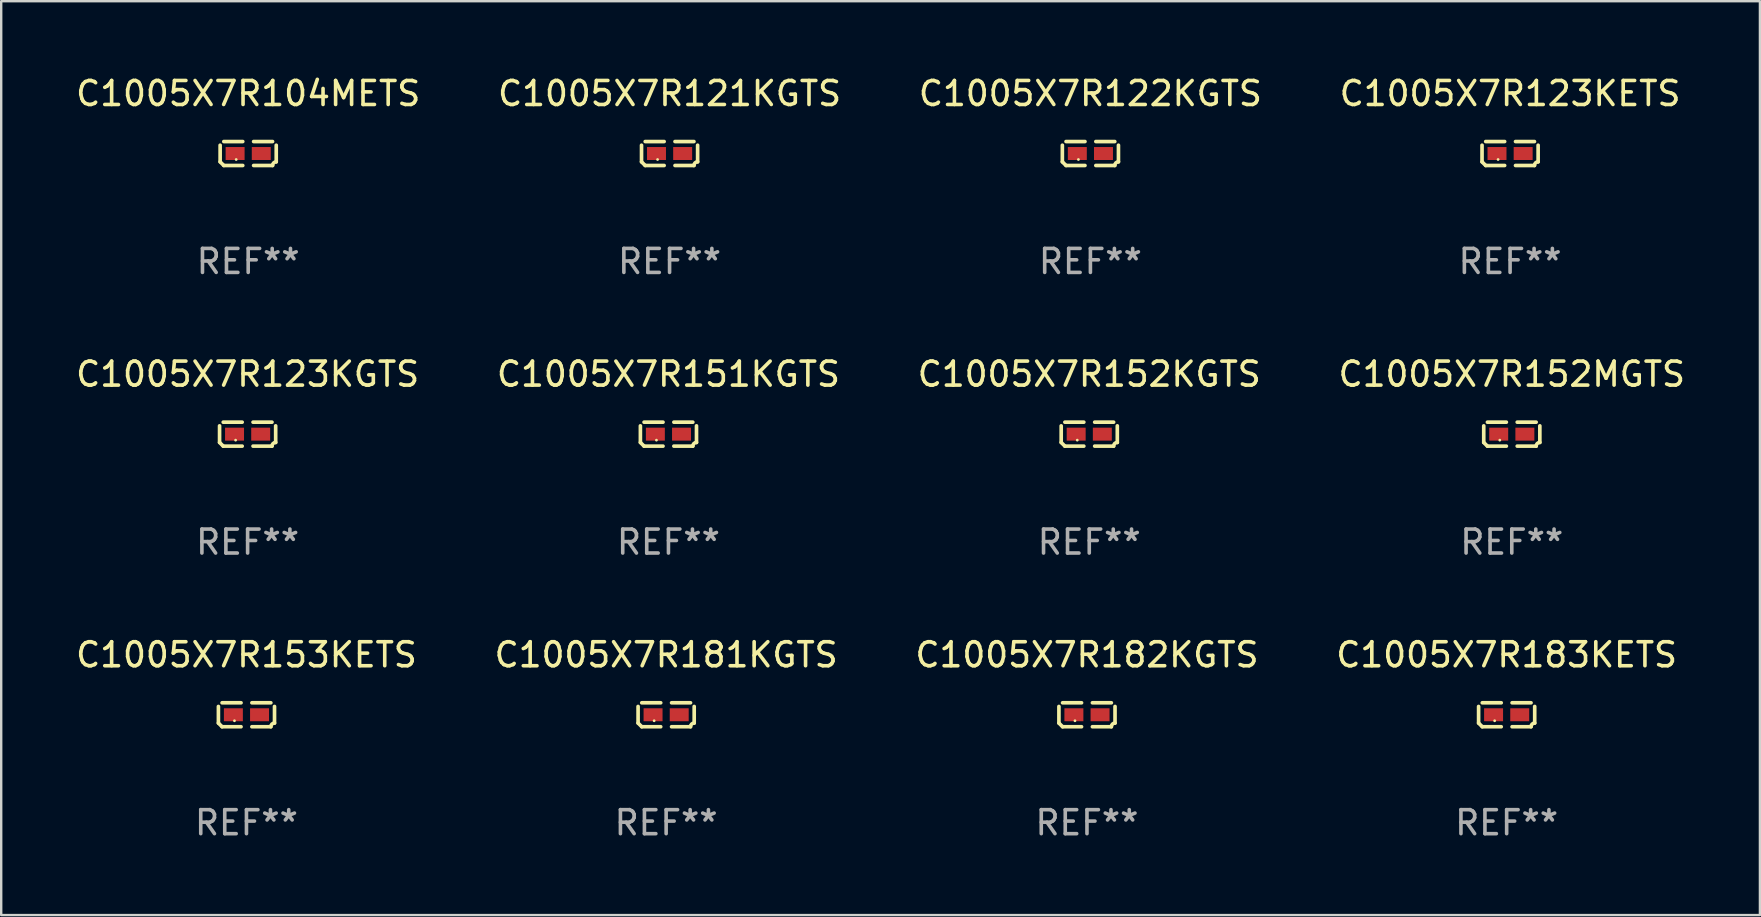
<source format=kicad_pcb>
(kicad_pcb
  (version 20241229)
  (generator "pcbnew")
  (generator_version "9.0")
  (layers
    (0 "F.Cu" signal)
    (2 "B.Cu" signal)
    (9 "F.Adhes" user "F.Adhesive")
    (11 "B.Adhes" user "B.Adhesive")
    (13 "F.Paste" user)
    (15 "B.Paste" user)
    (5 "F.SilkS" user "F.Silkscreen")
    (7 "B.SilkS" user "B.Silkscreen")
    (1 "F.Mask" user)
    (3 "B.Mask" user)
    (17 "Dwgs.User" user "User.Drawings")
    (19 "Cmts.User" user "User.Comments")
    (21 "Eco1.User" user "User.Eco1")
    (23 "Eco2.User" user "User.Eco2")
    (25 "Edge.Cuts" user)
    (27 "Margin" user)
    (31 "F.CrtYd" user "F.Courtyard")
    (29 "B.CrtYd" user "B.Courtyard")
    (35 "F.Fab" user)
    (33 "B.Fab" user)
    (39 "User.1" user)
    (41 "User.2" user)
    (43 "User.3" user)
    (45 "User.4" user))
  (footprint "C1005X7R122KGTS"
    (layer "F.Cu")
    (at 42.387 3.347)
    (property "Reference" "C1005X7R122KGTS" (at 0 -2.499 0) (layer "F.SilkS") (effects (font (size 1 1) (thickness 0.15))))
    (attr through_hole)
    (fp_line (start -1.169 0.346) (end -1.169 -0.346) (stroke (width 0.152) (type solid)) (layer "F.SilkS"))
    (fp_line (start -1.016 -0.499) (end -0.226 -0.499) (stroke (width 0.152) (type solid)) (layer "F.SilkS"))
    (fp_line (start -0.226 0.499) (end -1.016 0.499) (stroke (width 0.152) (type solid)) (layer "F.SilkS"))
    (fp_line (start 0.226 0.499) (end 1.016 0.499) (stroke (width 0.152) (type solid)) (layer "F.SilkS"))
    (fp_line (start 1.016 -0.499) (end 0.226 -0.499) (stroke (width 0.152) (type solid)) (layer "F.SilkS"))
    (fp_line (start 1.169 0.346) (end 1.169 -0.346) (stroke (width 0.152) (type solid)) (layer "F.SilkS"))
    (fp_arc (start -1.016307 0.498603) (mid -1.092512 0.422405) (end -1.16871 0.3462) (stroke (width 0.1524) (type solid)) (layer "F.SilkS"))
    (fp_arc (start 1.016307 0.498603) (mid 1.060899 0.390758) (end 1.168707 0.346076) (stroke (width 0.1524) (type solid)) (layer "F.SilkS"))
    (fp_circle (center -0.5 0.25) (end -0.47 0.25) (stroke (width 0.06) (type solid)) (fill no) (layer "F.SilkS"))
    (fp_text user "REF**" (at 0 4.499 0) (layer "F.Fab") (effects (font (size 1 1) (thickness 0.15))))
    (pad "1" smd rect (at -0.545 0) (size 0.79 0.54) (layers "F.Cu" "F.Mask" "F.Paste"))
    (pad "2" smd rect (at 0.545 0) (size 0.79 0.54) (layers "F.Cu" "F.Mask" "F.Paste")))
  (footprint "C1005X7R181KGTS"
    (layer "F.Cu")
    (at 24.708 26.734)
    (property "Reference" "C1005X7R181KGTS" (at 0 -2.499 0) (layer "F.SilkS") (effects (font (size 1 1) (thickness 0.15))))
    (attr through_hole)
    (fp_line (start -1.169 0.346) (end -1.169 -0.346) (stroke (width 0.152) (type solid)) (layer "F.SilkS"))
    (fp_line (start -1.016 -0.499) (end -0.226 -0.499) (stroke (width 0.152) (type solid)) (layer "F.SilkS"))
    (fp_line (start -0.226 0.499) (end -1.016 0.499) (stroke (width 0.152) (type solid)) (layer "F.SilkS"))
    (fp_line (start 0.226 0.499) (end 1.016 0.499) (stroke (width 0.152) (type solid)) (layer "F.SilkS"))
    (fp_line (start 1.016 -0.499) (end 0.226 -0.499) (stroke (width 0.152) (type solid)) (layer "F.SilkS"))
    (fp_line (start 1.169 0.346) (end 1.169 -0.346) (stroke (width 0.152) (type solid)) (layer "F.SilkS"))
    (fp_arc (start -1.016307 0.498603) (mid -1.092512 0.422405) (end -1.16871 0.3462) (stroke (width 0.1524) (type solid)) (layer "F.SilkS"))
    (fp_arc (start 1.016307 0.498603) (mid 1.060899 0.390758) (end 1.168707 0.346076) (stroke (width 0.1524) (type solid)) (layer "F.SilkS"))
    (fp_circle (center -0.5 0.25) (end -0.47 0.25) (stroke (width 0.06) (type solid)) (fill no) (layer "F.SilkS"))
    (fp_text user "REF**" (at 0 4.499 0) (layer "F.Fab") (effects (font (size 1 1) (thickness 0.15))))
    (pad "1" smd rect (at -0.545 0) (size 0.79 0.54) (layers "F.Cu" "F.Mask" "F.Paste"))
    (pad "2" smd rect (at 0.545 0) (size 0.79 0.54) (layers "F.Cu" "F.Mask" "F.Paste")))
  (footprint "C1005X7R183KETS"
    (layer "F.Cu")
    (at 59.732 26.734)
    (property "Reference" "C1005X7R183KETS" (at 0 -2.499 0) (layer "F.SilkS") (effects (font (size 1 1) (thickness 0.15))))
    (attr through_hole)
    (fp_line (start -1.169 0.346) (end -1.169 -0.346) (stroke (width 0.152) (type solid)) (layer "F.SilkS"))
    (fp_line (start -1.016 -0.499) (end -0.226 -0.499) (stroke (width 0.152) (type solid)) (layer "F.SilkS"))
    (fp_line (start -0.226 0.499) (end -1.016 0.499) (stroke (width 0.152) (type solid)) (layer "F.SilkS"))
    (fp_line (start 0.226 0.499) (end 1.016 0.499) (stroke (width 0.152) (type solid)) (layer "F.SilkS"))
    (fp_line (start 1.016 -0.499) (end 0.226 -0.499) (stroke (width 0.152) (type solid)) (layer "F.SilkS"))
    (fp_line (start 1.169 0.346) (end 1.169 -0.346) (stroke (width 0.152) (type solid)) (layer "F.SilkS"))
    (fp_arc (start -1.016307 0.498603) (mid -1.092512 0.422405) (end -1.16871 0.3462) (stroke (width 0.1524) (type solid)) (layer "F.SilkS"))
    (fp_arc (start 1.016307 0.498603) (mid 1.060899 0.390758) (end 1.168707 0.346076) (stroke (width 0.1524) (type solid)) (layer "F.SilkS"))
    (fp_circle (center -0.5 0.25) (end -0.47 0.25) (stroke (width 0.06) (type solid)) (fill no) (layer "F.SilkS"))
    (fp_text user "REF**" (at 0 4.499 0) (layer "F.Fab") (effects (font (size 1 1) (thickness 0.15))))
    (pad "1" smd rect (at -0.545 0) (size 0.79 0.54) (layers "F.Cu" "F.Mask" "F.Paste"))
    (pad "2" smd rect (at 0.545 0) (size 0.79 0.54) (layers "F.Cu" "F.Mask" "F.Paste")))
  (footprint "C1005X7R152KGTS"
    (layer "F.Cu")
    (at 42.339 15.041)
    (property "Reference" "C1005X7R152KGTS" (at 0 -2.499 0) (layer "F.SilkS") (effects (font (size 1 1) (thickness 0.15))))
    (attr through_hole)
    (fp_line (start -1.169 0.346) (end -1.169 -0.346) (stroke (width 0.152) (type solid)) (layer "F.SilkS"))
    (fp_line (start -1.016 -0.499) (end -0.226 -0.499) (stroke (width 0.152) (type solid)) (layer "F.SilkS"))
    (fp_line (start -0.226 0.499) (end -1.016 0.499) (stroke (width 0.152) (type solid)) (layer "F.SilkS"))
    (fp_line (start 0.226 0.499) (end 1.016 0.499) (stroke (width 0.152) (type solid)) (layer "F.SilkS"))
    (fp_line (start 1.016 -0.499) (end 0.226 -0.499) (stroke (width 0.152) (type solid)) (layer "F.SilkS"))
    (fp_line (start 1.169 0.346) (end 1.169 -0.346) (stroke (width 0.152) (type solid)) (layer "F.SilkS"))
    (fp_arc (start -1.016307 0.498603) (mid -1.092512 0.422405) (end -1.16871 0.3462) (stroke (width 0.1524) (type solid)) (layer "F.SilkS"))
    (fp_arc (start 1.016307 0.498603) (mid 1.060899 0.390758) (end 1.168707 0.346076) (stroke (width 0.1524) (type solid)) (layer "F.SilkS"))
    (fp_circle (center -0.5 0.25) (end -0.47 0.25) (stroke (width 0.06) (type solid)) (fill no) (layer "F.SilkS"))
    (fp_text user "REF**" (at 0 4.499 0) (layer "F.Fab") (effects (font (size 1 1) (thickness 0.15))))
    (pad "1" smd rect (at -0.545 0) (size 0.79 0.54) (layers "F.Cu" "F.Mask" "F.Paste"))
    (pad "2" smd rect (at 0.545 0) (size 0.79 0.54) (layers "F.Cu" "F.Mask" "F.Paste")))
  (footprint "C1005X7R182KGTS"
    (layer "F.Cu")
    (at 42.244 26.734)
    (property "Reference" "C1005X7R182KGTS" (at 0 -2.499 0) (layer "F.SilkS") (effects (font (size 1 1) (thickness 0.15))))
    (attr through_hole)
    (fp_line (start -1.169 0.346) (end -1.169 -0.346) (stroke (width 0.152) (type solid)) (layer "F.SilkS"))
    (fp_line (start -1.016 -0.499) (end -0.226 -0.499) (stroke (width 0.152) (type solid)) (layer "F.SilkS"))
    (fp_line (start -0.226 0.499) (end -1.016 0.499) (stroke (width 0.152) (type solid)) (layer "F.SilkS"))
    (fp_line (start 0.226 0.499) (end 1.016 0.499) (stroke (width 0.152) (type solid)) (layer "F.SilkS"))
    (fp_line (start 1.016 -0.499) (end 0.226 -0.499) (stroke (width 0.152) (type solid)) (layer "F.SilkS"))
    (fp_line (start 1.169 0.346) (end 1.169 -0.346) (stroke (width 0.152) (type solid)) (layer "F.SilkS"))
    (fp_arc (start -1.016307 0.498603) (mid -1.092512 0.422405) (end -1.16871 0.3462) (stroke (width 0.1524) (type solid)) (layer "F.SilkS"))
    (fp_arc (start 1.016307 0.498603) (mid 1.060899 0.390758) (end 1.168707 0.346076) (stroke (width 0.1524) (type solid)) (layer "F.SilkS"))
    (fp_circle (center -0.5 0.25) (end -0.47 0.25) (stroke (width 0.06) (type solid)) (fill no) (layer "F.SilkS"))
    (fp_text user "REF**" (at 0 4.499 0) (layer "F.Fab") (effects (font (size 1 1) (thickness 0.15))))
    (pad "1" smd rect (at -0.545 0) (size 0.79 0.54) (layers "F.Cu" "F.Mask" "F.Paste"))
    (pad "2" smd rect (at 0.545 0) (size 0.79 0.54) (layers "F.Cu" "F.Mask" "F.Paste")))
  (footprint "C1005X7R123KETS"
    (layer "F.Cu")
    (at 59.875 3.347)
    (property "Reference" "C1005X7R123KETS" (at 0 -2.499 0) (layer "F.SilkS") (effects (font (size 1 1) (thickness 0.15))))
    (attr through_hole)
    (fp_line (start -1.169 0.346) (end -1.169 -0.346) (stroke (width 0.152) (type solid)) (layer "F.SilkS"))
    (fp_line (start -1.016 -0.499) (end -0.226 -0.499) (stroke (width 0.152) (type solid)) (layer "F.SilkS"))
    (fp_line (start -0.226 0.499) (end -1.016 0.499) (stroke (width 0.152) (type solid)) (layer "F.SilkS"))
    (fp_line (start 0.226 0.499) (end 1.016 0.499) (stroke (width 0.152) (type solid)) (layer "F.SilkS"))
    (fp_line (start 1.016 -0.499) (end 0.226 -0.499) (stroke (width 0.152) (type solid)) (layer "F.SilkS"))
    (fp_line (start 1.169 0.346) (end 1.169 -0.346) (stroke (width 0.152) (type solid)) (layer "F.SilkS"))
    (fp_arc (start -1.016307 0.498603) (mid -1.092512 0.422405) (end -1.16871 0.3462) (stroke (width 0.1524) (type solid)) (layer "F.SilkS"))
    (fp_arc (start 1.016307 0.498603) (mid 1.060899 0.390758) (end 1.168707 0.346076) (stroke (width 0.1524) (type solid)) (layer "F.SilkS"))
    (fp_circle (center -0.5 0.25) (end -0.47 0.25) (stroke (width 0.06) (type solid)) (fill no) (layer "F.SilkS"))
    (fp_text user "REF**" (at 0 4.499 0) (layer "F.Fab") (effects (font (size 1 1) (thickness 0.15))))
    (pad "1" smd rect (at -0.545 0) (size 0.79 0.54) (layers "F.Cu" "F.Mask" "F.Paste"))
    (pad "2" smd rect (at 0.545 0) (size 0.79 0.54) (layers "F.Cu" "F.Mask" "F.Paste")))
  (footprint "C1005X7R153KETS"
    (layer "F.Cu")
    (at 7.22 26.734)
    (property "Reference" "C1005X7R153KETS" (at 0 -2.499 0) (layer "F.SilkS") (effects (font (size 1 1) (thickness 0.15))))
    (attr through_hole)
    (fp_line (start -1.169 0.346) (end -1.169 -0.346) (stroke (width 0.152) (type solid)) (layer "F.SilkS"))
    (fp_line (start -1.016 -0.499) (end -0.226 -0.499) (stroke (width 0.152) (type solid)) (layer "F.SilkS"))
    (fp_line (start -0.226 0.499) (end -1.016 0.499) (stroke (width 0.152) (type solid)) (layer "F.SilkS"))
    (fp_line (start 0.226 0.499) (end 1.016 0.499) (stroke (width 0.152) (type solid)) (layer "F.SilkS"))
    (fp_line (start 1.016 -0.499) (end 0.226 -0.499) (stroke (width 0.152) (type solid)) (layer "F.SilkS"))
    (fp_line (start 1.169 0.346) (end 1.169 -0.346) (stroke (width 0.152) (type solid)) (layer "F.SilkS"))
    (fp_arc (start -1.016307 0.498603) (mid -1.092512 0.422405) (end -1.16871 0.3462) (stroke (width 0.1524) (type solid)) (layer "F.SilkS"))
    (fp_arc (start 1.016307 0.498603) (mid 1.060899 0.390758) (end 1.168707 0.346076) (stroke (width 0.1524) (type solid)) (layer "F.SilkS"))
    (fp_circle (center -0.5 0.25) (end -0.47 0.25) (stroke (width 0.06) (type solid)) (fill no) (layer "F.SilkS"))
    (fp_text user "REF**" (at 0 4.499 0) (layer "F.Fab") (effects (font (size 1 1) (thickness 0.15))))
    (pad "1" smd rect (at -0.545 0) (size 0.79 0.54) (layers "F.Cu" "F.Mask" "F.Paste"))
    (pad "2" smd rect (at 0.545 0) (size 0.79 0.54) (layers "F.Cu" "F.Mask" "F.Paste")))
  (footprint "C1005X7R123KGTS"
    (layer "F.Cu")
    (at 7.268 15.041)
    (property "Reference" "C1005X7R123KGTS" (at 0 -2.499 0) (layer "F.SilkS") (effects (font (size 1 1) (thickness 0.15))))
    (attr through_hole)
    (fp_line (start -1.169 0.346) (end -1.169 -0.346) (stroke (width 0.152) (type solid)) (layer "F.SilkS"))
    (fp_line (start -1.016 -0.499) (end -0.226 -0.499) (stroke (width 0.152) (type solid)) (layer "F.SilkS"))
    (fp_line (start -0.226 0.499) (end -1.016 0.499) (stroke (width 0.152) (type solid)) (layer "F.SilkS"))
    (fp_line (start 0.226 0.499) (end 1.016 0.499) (stroke (width 0.152) (type solid)) (layer "F.SilkS"))
    (fp_line (start 1.016 -0.499) (end 0.226 -0.499) (stroke (width 0.152) (type solid)) (layer "F.SilkS"))
    (fp_line (start 1.169 0.346) (end 1.169 -0.346) (stroke (width 0.152) (type solid)) (layer "F.SilkS"))
    (fp_arc (start -1.016307 0.498603) (mid -1.092512 0.422405) (end -1.16871 0.3462) (stroke (width 0.1524) (type solid)) (layer "F.SilkS"))
    (fp_arc (start 1.016307 0.498603) (mid 1.060899 0.390758) (end 1.168707 0.346076) (stroke (width 0.1524) (type solid)) (layer "F.SilkS"))
    (fp_circle (center -0.5 0.25) (end -0.47 0.25) (stroke (width 0.06) (type solid)) (fill no) (layer "F.SilkS"))
    (fp_text user "REF**" (at 0 4.499 0) (layer "F.Fab") (effects (font (size 1 1) (thickness 0.15))))
    (pad "1" smd rect (at -0.545 0) (size 0.79 0.54) (layers "F.Cu" "F.Mask" "F.Paste"))
    (pad "2" smd rect (at 0.545 0) (size 0.79 0.54) (layers "F.Cu" "F.Mask" "F.Paste")))
  (footprint "C1005X7R104METS"
    (layer "F.Cu")
    (at 7.292 3.347)
    (property "Reference" "C1005X7R104METS" (at 0 -2.499 0) (layer "F.SilkS") (effects (font (size 1 1) (thickness 0.15))))
    (attr through_hole)
    (fp_line (start -1.169 0.346) (end -1.169 -0.346) (stroke (width 0.152) (type solid)) (layer "F.SilkS"))
    (fp_line (start -1.016 -0.499) (end -0.226 -0.499) (stroke (width 0.152) (type solid)) (layer "F.SilkS"))
    (fp_line (start -0.226 0.499) (end -1.016 0.499) (stroke (width 0.152) (type solid)) (layer "F.SilkS"))
    (fp_line (start 0.226 0.499) (end 1.016 0.499) (stroke (width 0.152) (type solid)) (layer "F.SilkS"))
    (fp_line (start 1.016 -0.499) (end 0.226 -0.499) (stroke (width 0.152) (type solid)) (layer "F.SilkS"))
    (fp_line (start 1.169 0.346) (end 1.169 -0.346) (stroke (width 0.152) (type solid)) (layer "F.SilkS"))
    (fp_arc (start -1.016307 0.498603) (mid -1.092512 0.422405) (end -1.16871 0.3462) (stroke (width 0.1524) (type solid)) (layer "F.SilkS"))
    (fp_arc (start 1.016307 0.498603) (mid 1.060899 0.390758) (end 1.168707 0.346076) (stroke (width 0.1524) (type solid)) (layer "F.SilkS"))
    (fp_circle (center -0.5 0.25) (end -0.47 0.25) (stroke (width 0.06) (type solid)) (fill no) (layer "F.SilkS"))
    (fp_text user "REF**" (at 0 4.499 0) (layer "F.Fab") (effects (font (size 1 1) (thickness 0.15))))
    (pad "1" smd rect (at -0.545 0) (size 0.79 0.54) (layers "F.Cu" "F.Mask" "F.Paste"))
    (pad "2" smd rect (at 0.545 0) (size 0.79 0.54) (layers "F.Cu" "F.Mask" "F.Paste")))
  (footprint "C1005X7R151KGTS"
    (layer "F.Cu")
    (at 24.804 15.041)
    (property "Reference" "C1005X7R151KGTS" (at 0 -2.499 0) (layer "F.SilkS") (effects (font (size 1 1) (thickness 0.15))))
    (attr through_hole)
    (fp_line (start -1.169 0.346) (end -1.169 -0.346) (stroke (width 0.152) (type solid)) (layer "F.SilkS"))
    (fp_line (start -1.016 -0.499) (end -0.226 -0.499) (stroke (width 0.152) (type solid)) (layer "F.SilkS"))
    (fp_line (start -0.226 0.499) (end -1.016 0.499) (stroke (width 0.152) (type solid)) (layer "F.SilkS"))
    (fp_line (start 0.226 0.499) (end 1.016 0.499) (stroke (width 0.152) (type solid)) (layer "F.SilkS"))
    (fp_line (start 1.016 -0.499) (end 0.226 -0.499) (stroke (width 0.152) (type solid)) (layer "F.SilkS"))
    (fp_line (start 1.169 0.346) (end 1.169 -0.346) (stroke (width 0.152) (type solid)) (layer "F.SilkS"))
    (fp_arc (start -1.016307 0.498603) (mid -1.092512 0.422405) (end -1.16871 0.3462) (stroke (width 0.1524) (type solid)) (layer "F.SilkS"))
    (fp_arc (start 1.016307 0.498603) (mid 1.060899 0.390758) (end 1.168707 0.346076) (stroke (width 0.1524) (type solid)) (layer "F.SilkS"))
    (fp_circle (center -0.5 0.25) (end -0.47 0.25) (stroke (width 0.06) (type solid)) (fill no) (layer "F.SilkS"))
    (fp_text user "REF**" (at 0 4.499 0) (layer "F.Fab") (effects (font (size 1 1) (thickness 0.15))))
    (pad "1" smd rect (at -0.545 0) (size 0.79 0.54) (layers "F.Cu" "F.Mask" "F.Paste"))
    (pad "2" smd rect (at 0.545 0) (size 0.79 0.54) (layers "F.Cu" "F.Mask" "F.Paste")))
  (footprint "C1005X7R121KGTS"
    (layer "F.Cu")
    (at 24.851 3.347)
    (property "Reference" "C1005X7R121KGTS" (at 0 -2.499 0) (layer "F.SilkS") (effects (font (size 1 1) (thickness 0.15))))
    (attr through_hole)
    (fp_line (start -1.169 0.346) (end -1.169 -0.346) (stroke (width 0.152) (type solid)) (layer "F.SilkS"))
    (fp_line (start -1.016 -0.499) (end -0.226 -0.499) (stroke (width 0.152) (type solid)) (layer "F.SilkS"))
    (fp_line (start -0.226 0.499) (end -1.016 0.499) (stroke (width 0.152) (type solid)) (layer "F.SilkS"))
    (fp_line (start 0.226 0.499) (end 1.016 0.499) (stroke (width 0.152) (type solid)) (layer "F.SilkS"))
    (fp_line (start 1.016 -0.499) (end 0.226 -0.499) (stroke (width 0.152) (type solid)) (layer "F.SilkS"))
    (fp_line (start 1.169 0.346) (end 1.169 -0.346) (stroke (width 0.152) (type solid)) (layer "F.SilkS"))
    (fp_arc (start -1.016307 0.498603) (mid -1.092512 0.422405) (end -1.16871 0.3462) (stroke (width 0.1524) (type solid)) (layer "F.SilkS"))
    (fp_arc (start 1.016307 0.498603) (mid 1.060899 0.390758) (end 1.168707 0.346076) (stroke (width 0.1524) (type solid)) (layer "F.SilkS"))
    (fp_circle (center -0.5 0.25) (end -0.47 0.25) (stroke (width 0.06) (type solid)) (fill no) (layer "F.SilkS"))
    (fp_text user "REF**" (at 0 4.499 0) (layer "F.Fab") (effects (font (size 1 1) (thickness 0.15))))
    (pad "1" smd rect (at -0.545 0) (size 0.79 0.54) (layers "F.Cu" "F.Mask" "F.Paste"))
    (pad "2" smd rect (at 0.545 0) (size 0.79 0.54) (layers "F.Cu" "F.Mask" "F.Paste")))
  (footprint "C1005X7R152MGTS"
    (layer "F.Cu")
    (at 59.946 15.041)
    (property "Reference" "C1005X7R152MGTS" (at 0 -2.499 0) (layer "F.SilkS") (effects (font (size 1 1) (thickness 0.15))))
    (attr through_hole)
    (fp_line (start -1.169 0.346) (end -1.169 -0.346) (stroke (width 0.152) (type solid)) (layer "F.SilkS"))
    (fp_line (start -1.016 -0.499) (end -0.226 -0.499) (stroke (width 0.152) (type solid)) (layer "F.SilkS"))
    (fp_line (start -0.226 0.499) (end -1.016 0.499) (stroke (width 0.152) (type solid)) (layer "F.SilkS"))
    (fp_line (start 0.226 0.499) (end 1.016 0.499) (stroke (width 0.152) (type solid)) (layer "F.SilkS"))
    (fp_line (start 1.016 -0.499) (end 0.226 -0.499) (stroke (width 0.152) (type solid)) (layer "F.SilkS"))
    (fp_line (start 1.169 0.346) (end 1.169 -0.346) (stroke (width 0.152) (type solid)) (layer "F.SilkS"))
    (fp_arc (start -1.016307 0.498603) (mid -1.092512 0.422405) (end -1.16871 0.3462) (stroke (width 0.1524) (type solid)) (layer "F.SilkS"))
    (fp_arc (start 1.016307 0.498603) (mid 1.060899 0.390758) (end 1.168707 0.346076) (stroke (width 0.1524) (type solid)) (layer "F.SilkS"))
    (fp_circle (center -0.5 0.25) (end -0.47 0.25) (stroke (width 0.06) (type solid)) (fill no) (layer "F.SilkS"))
    (fp_text user "REF**" (at 0 4.499 0) (layer "F.Fab") (effects (font (size 1 1) (thickness 0.15))))
    (pad "1" smd rect (at -0.545 0) (size 0.79 0.54) (layers "F.Cu" "F.Mask" "F.Paste"))
    (pad "2" smd rect (at 0.545 0) (size 0.79 0.54) (layers "F.Cu" "F.Mask" "F.Paste")))
  (gr_rect
    (start -3 -3)
    (end 70.286 35.081)
    (stroke (width 0.1) (type default))
    (fill no)
    (layer "Edge.Cuts")))
</source>
